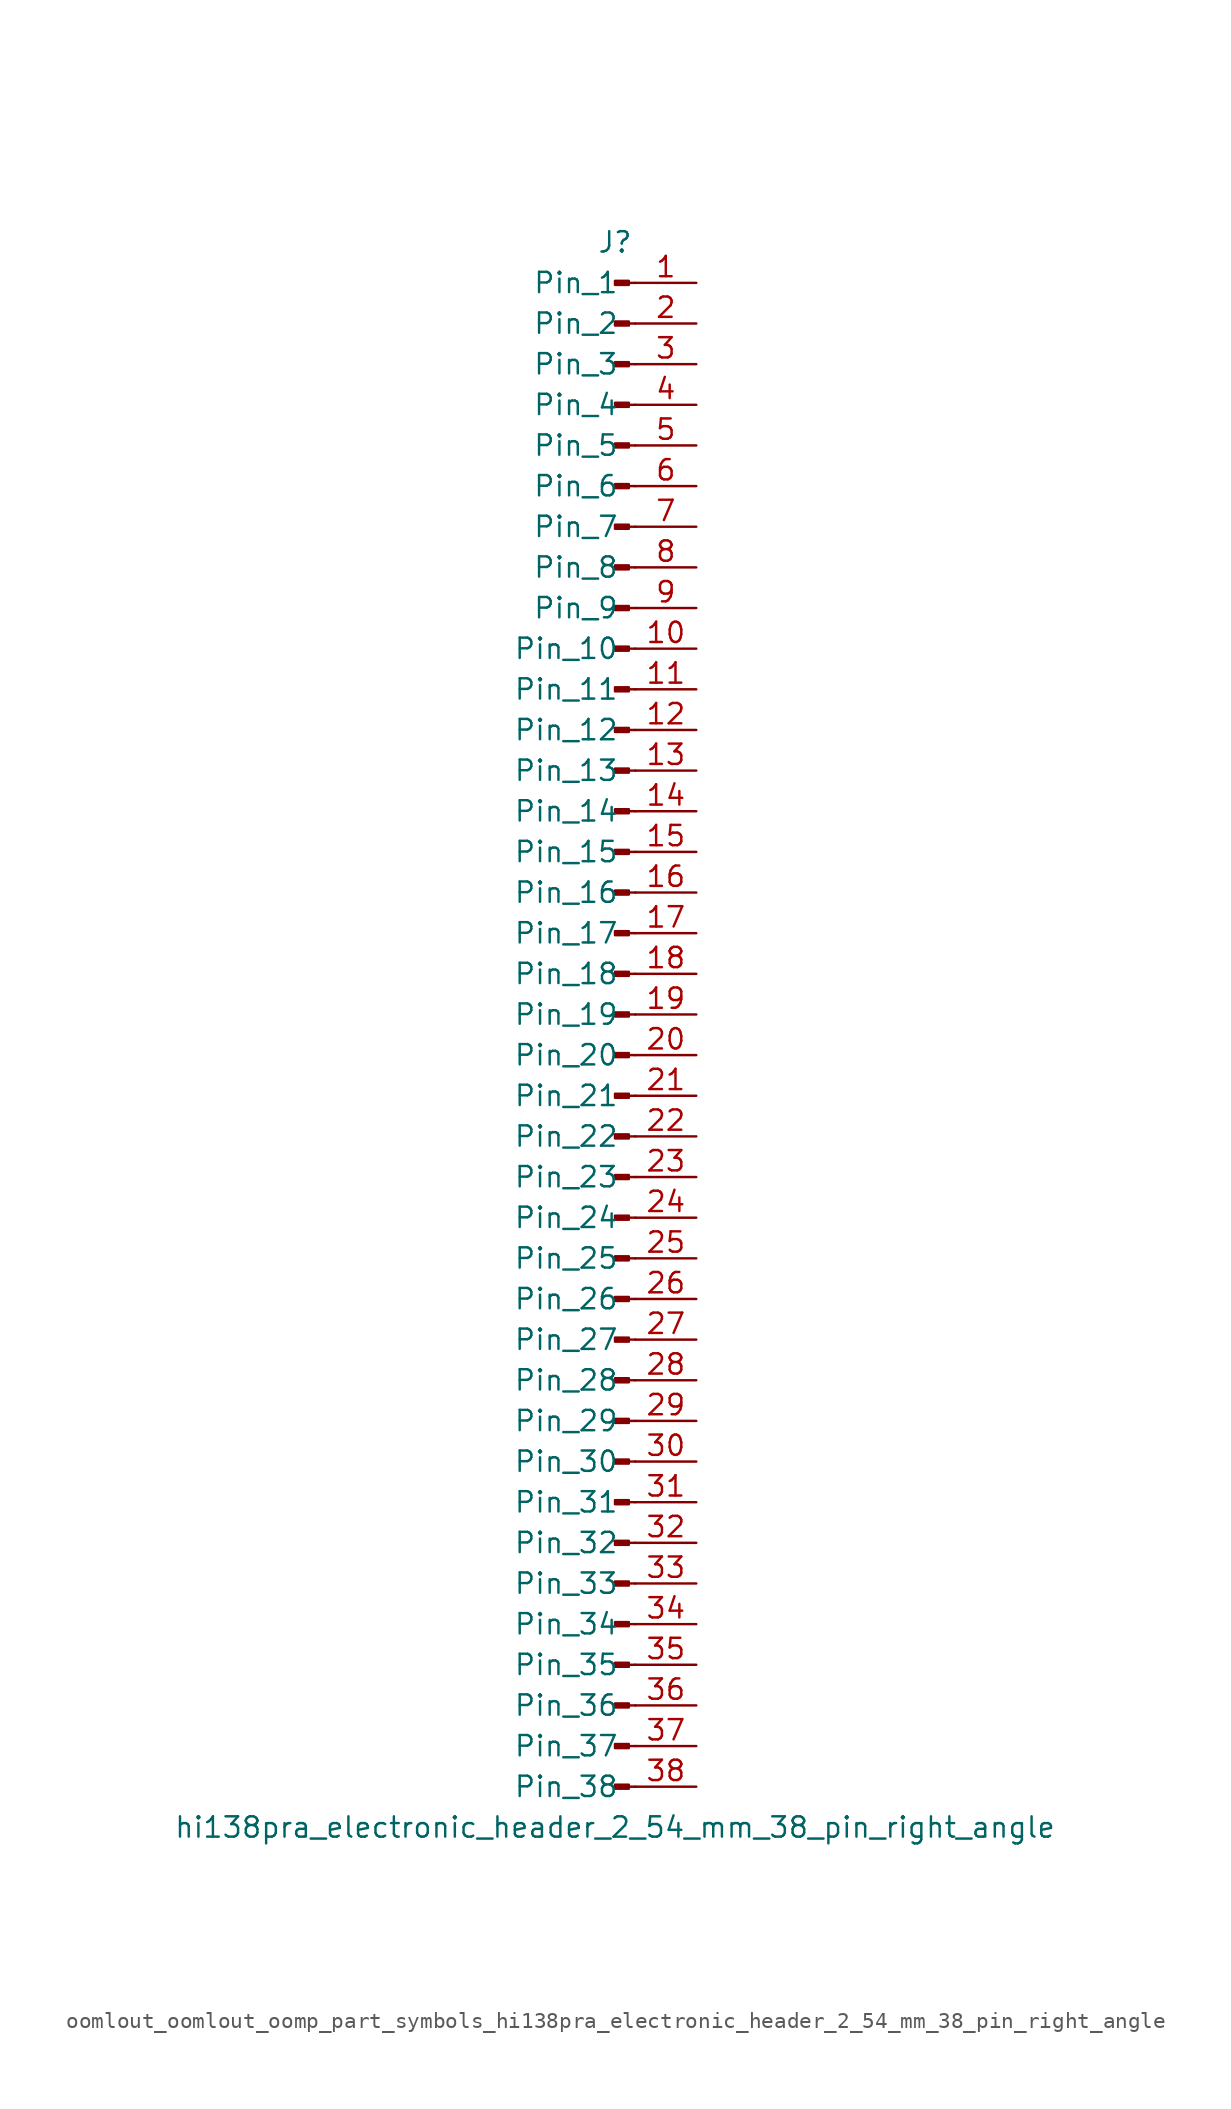
<source format=kicad_sym>
(kicad_symbol_lib
  (version 20220914)
  (generator kicad_symbol_editor)
  (symbol "oomlout_oomlout_oomp_part_symbols_hi138pra_electronic_header_2_54_mm_38_pin_right_angle"
    (pin_names
      (offset 1.016))
    (property "Reference" "J"
      (at 0 48.26 0)
      (effects (font (size 1.27 1.27))))
    (property "Value" "hi138pra_electronic_header_2_54_mm_38_pin_right_angle"
      (at 0 -50.8 0)
      (effects (font (size 1.27 1.27))))
    (property "ki_locked" ""
      (at 0 0 0)
      (effects (font (size 1.27 1.27))))
    (symbol "oomlout_oomlout_oomp_part_symbols_hi138pra_electronic_header_2_54_mm_38_pin_right_angle_1_1"
      (polyline (pts (xy 1.27 -48.26) (xy 0.864 -48.26)) (stroke (width 0.152) (type default)) (fill (type none)))
      (polyline (pts (xy 1.27 -45.72) (xy 0.864 -45.72)) (stroke (width 0.152) (type default)) (fill (type none)))
      (polyline (pts (xy 1.27 -43.18) (xy 0.864 -43.18)) (stroke (width 0.152) (type default)) (fill (type none)))
      (polyline (pts (xy 1.27 -40.64) (xy 0.864 -40.64)) (stroke (width 0.152) (type default)) (fill (type none)))
      (polyline (pts (xy 1.27 -38.1) (xy 0.864 -38.1)) (stroke (width 0.152) (type default)) (fill (type none)))
      (polyline (pts (xy 1.27 -35.56) (xy 0.864 -35.56)) (stroke (width 0.152) (type default)) (fill (type none)))
      (polyline (pts (xy 1.27 -33.02) (xy 0.864 -33.02)) (stroke (width 0.152) (type default)) (fill (type none)))
      (polyline (pts (xy 1.27 -30.48) (xy 0.864 -30.48)) (stroke (width 0.152) (type default)) (fill (type none)))
      (polyline (pts (xy 1.27 -27.94) (xy 0.864 -27.94)) (stroke (width 0.152) (type default)) (fill (type none)))
      (polyline (pts (xy 1.27 -25.4) (xy 0.864 -25.4)) (stroke (width 0.152) (type default)) (fill (type none)))
      (polyline (pts (xy 1.27 -22.86) (xy 0.864 -22.86)) (stroke (width 0.152) (type default)) (fill (type none)))
      (polyline (pts (xy 1.27 -20.32) (xy 0.864 -20.32)) (stroke (width 0.152) (type default)) (fill (type none)))
      (polyline (pts (xy 1.27 -17.78) (xy 0.864 -17.78)) (stroke (width 0.152) (type default)) (fill (type none)))
      (polyline (pts (xy 1.27 -15.24) (xy 0.864 -15.24)) (stroke (width 0.152) (type default)) (fill (type none)))
      (polyline (pts (xy 1.27 -12.7) (xy 0.864 -12.7)) (stroke (width 0.152) (type default)) (fill (type none)))
      (polyline (pts (xy 1.27 -10.16) (xy 0.864 -10.16)) (stroke (width 0.152) (type default)) (fill (type none)))
      (polyline (pts (xy 1.27 -7.62) (xy 0.864 -7.62)) (stroke (width 0.152) (type default)) (fill (type none)))
      (polyline (pts (xy 1.27 -5.08) (xy 0.864 -5.08)) (stroke (width 0.152) (type default)) (fill (type none)))
      (polyline (pts (xy 1.27 -2.54) (xy 0.864 -2.54)) (stroke (width 0.152) (type default)) (fill (type none)))
      (polyline (pts (xy 1.27 0) (xy 0.864 0)) (stroke (width 0.152) (type default)) (fill (type none)))
      (polyline (pts (xy 1.27 2.54) (xy 0.864 2.54)) (stroke (width 0.152) (type default)) (fill (type none)))
      (polyline (pts (xy 1.27 5.08) (xy 0.864 5.08)) (stroke (width 0.152) (type default)) (fill (type none)))
      (polyline (pts (xy 1.27 7.62) (xy 0.864 7.62)) (stroke (width 0.152) (type default)) (fill (type none)))
      (polyline (pts (xy 1.27 10.16) (xy 0.864 10.16)) (stroke (width 0.152) (type default)) (fill (type none)))
      (polyline (pts (xy 1.27 12.7) (xy 0.864 12.7)) (stroke (width 0.152) (type default)) (fill (type none)))
      (polyline (pts (xy 1.27 15.24) (xy 0.864 15.24)) (stroke (width 0.152) (type default)) (fill (type none)))
      (polyline (pts (xy 1.27 17.78) (xy 0.864 17.78)) (stroke (width 0.152) (type default)) (fill (type none)))
      (polyline (pts (xy 1.27 20.32) (xy 0.864 20.32)) (stroke (width 0.152) (type default)) (fill (type none)))
      (polyline (pts (xy 1.27 22.86) (xy 0.864 22.86)) (stroke (width 0.152) (type default)) (fill (type none)))
      (polyline (pts (xy 1.27 25.4) (xy 0.864 25.4)) (stroke (width 0.152) (type default)) (fill (type none)))
      (polyline (pts (xy 1.27 27.94) (xy 0.864 27.94)) (stroke (width 0.152) (type default)) (fill (type none)))
      (polyline (pts (xy 1.27 30.48) (xy 0.864 30.48)) (stroke (width 0.152) (type default)) (fill (type none)))
      (polyline (pts (xy 1.27 33.02) (xy 0.864 33.02)) (stroke (width 0.152) (type default)) (fill (type none)))
      (polyline (pts (xy 1.27 35.56) (xy 0.864 35.56)) (stroke (width 0.152) (type default)) (fill (type none)))
      (polyline (pts (xy 1.27 38.1) (xy 0.864 38.1)) (stroke (width 0.152) (type default)) (fill (type none)))
      (polyline (pts (xy 1.27 40.64) (xy 0.864 40.64)) (stroke (width 0.152) (type default)) (fill (type none)))
      (polyline (pts (xy 1.27 43.18) (xy 0.864 43.18)) (stroke (width 0.152) (type default)) (fill (type none)))
      (polyline (pts (xy 1.27 45.72) (xy 0.864 45.72)) (stroke (width 0.152) (type default)) (fill (type none)))
      (rectangle (start 0.864 -48.133) (end 0 -48.387) (stroke (width 0.152) (type default)) (fill (type outline)))
      (rectangle (start 0.864 -45.593) (end 0 -45.847) (stroke (width 0.152) (type default)) (fill (type outline)))
      (rectangle (start 0.864 -43.053) (end 0 -43.307) (stroke (width 0.152) (type default)) (fill (type outline)))
      (rectangle (start 0.864 -40.513) (end 0 -40.767) (stroke (width 0.152) (type default)) (fill (type outline)))
      (rectangle (start 0.864 -37.973) (end 0 -38.227) (stroke (width 0.152) (type default)) (fill (type outline)))
      (rectangle (start 0.864 -35.433) (end 0 -35.687) (stroke (width 0.152) (type default)) (fill (type outline)))
      (rectangle (start 0.864 -32.893) (end 0 -33.147) (stroke (width 0.152) (type default)) (fill (type outline)))
      (rectangle (start 0.864 -30.353) (end 0 -30.607) (stroke (width 0.152) (type default)) (fill (type outline)))
      (rectangle (start 0.864 -27.813) (end 0 -28.067) (stroke (width 0.152) (type default)) (fill (type outline)))
      (rectangle (start 0.864 -25.273) (end 0 -25.527) (stroke (width 0.152) (type default)) (fill (type outline)))
      (rectangle (start 0.864 -22.733) (end 0 -22.987) (stroke (width 0.152) (type default)) (fill (type outline)))
      (rectangle (start 0.864 -20.193) (end 0 -20.447) (stroke (width 0.152) (type default)) (fill (type outline)))
      (rectangle (start 0.864 -17.653) (end 0 -17.907) (stroke (width 0.152) (type default)) (fill (type outline)))
      (rectangle (start 0.864 -15.113) (end 0 -15.367) (stroke (width 0.152) (type default)) (fill (type outline)))
      (rectangle (start 0.864 -12.573) (end 0 -12.827) (stroke (width 0.152) (type default)) (fill (type outline)))
      (rectangle (start 0.864 -10.033) (end 0 -10.287) (stroke (width 0.152) (type default)) (fill (type outline)))
      (rectangle (start 0.864 -7.493) (end 0 -7.747) (stroke (width 0.152) (type default)) (fill (type outline)))
      (rectangle (start 0.864 -4.953) (end 0 -5.207) (stroke (width 0.152) (type default)) (fill (type outline)))
      (rectangle (start 0.864 -2.413) (end 0 -2.667) (stroke (width 0.152) (type default)) (fill (type outline)))
      (rectangle (start 0.864 0.127) (end 0 -0.127) (stroke (width 0.152) (type default)) (fill (type outline)))
      (rectangle (start 0.864 2.667) (end 0 2.413) (stroke (width 0.152) (type default)) (fill (type outline)))
      (rectangle (start 0.864 5.207) (end 0 4.953) (stroke (width 0.152) (type default)) (fill (type outline)))
      (rectangle (start 0.864 7.747) (end 0 7.493) (stroke (width 0.152) (type default)) (fill (type outline)))
      (rectangle (start 0.864 10.287) (end 0 10.033) (stroke (width 0.152) (type default)) (fill (type outline)))
      (rectangle (start 0.864 12.827) (end 0 12.573) (stroke (width 0.152) (type default)) (fill (type outline)))
      (rectangle (start 0.864 15.367) (end 0 15.113) (stroke (width 0.152) (type default)) (fill (type outline)))
      (rectangle (start 0.864 17.907) (end 0 17.653) (stroke (width 0.152) (type default)) (fill (type outline)))
      (rectangle (start 0.864 20.447) (end 0 20.193) (stroke (width 0.152) (type default)) (fill (type outline)))
      (rectangle (start 0.864 22.987) (end 0 22.733) (stroke (width 0.152) (type default)) (fill (type outline)))
      (rectangle (start 0.864 25.527) (end 0 25.273) (stroke (width 0.152) (type default)) (fill (type outline)))
      (rectangle (start 0.864 28.067) (end 0 27.813) (stroke (width 0.152) (type default)) (fill (type outline)))
      (rectangle (start 0.864 30.607) (end 0 30.353) (stroke (width 0.152) (type default)) (fill (type outline)))
      (rectangle (start 0.864 33.147) (end 0 32.893) (stroke (width 0.152) (type default)) (fill (type outline)))
      (rectangle (start 0.864 35.687) (end 0 35.433) (stroke (width 0.152) (type default)) (fill (type outline)))
      (rectangle (start 0.864 38.227) (end 0 37.973) (stroke (width 0.152) (type default)) (fill (type outline)))
      (rectangle (start 0.864 40.767) (end 0 40.513) (stroke (width 0.152) (type default)) (fill (type outline)))
      (rectangle (start 0.864 43.307) (end 0 43.053) (stroke (width 0.152) (type default)) (fill (type outline)))
      (rectangle (start 0.864 45.847) (end 0 45.593) (stroke (width 0.152) (type default)) (fill (type outline)))
      (pin passive line (at 5.08 45.72 180) (length 3.81) (name "Pin_1" (effects (font (size 1.27 1.27)))) (number "1" (effects (font (size 1.27 1.27)))))
      (pin passive line (at 5.08 22.86 180) (length 3.81) (name "Pin_10" (effects (font (size 1.27 1.27)))) (number "10" (effects (font (size 1.27 1.27)))))
      (pin passive line (at 5.08 20.32 180) (length 3.81) (name "Pin_11" (effects (font (size 1.27 1.27)))) (number "11" (effects (font (size 1.27 1.27)))))
      (pin passive line (at 5.08 17.78 180) (length 3.81) (name "Pin_12" (effects (font (size 1.27 1.27)))) (number "12" (effects (font (size 1.27 1.27)))))
      (pin passive line (at 5.08 15.24 180) (length 3.81) (name "Pin_13" (effects (font (size 1.27 1.27)))) (number "13" (effects (font (size 1.27 1.27)))))
      (pin passive line (at 5.08 12.7 180) (length 3.81) (name "Pin_14" (effects (font (size 1.27 1.27)))) (number "14" (effects (font (size 1.27 1.27)))))
      (pin passive line (at 5.08 10.16 180) (length 3.81) (name "Pin_15" (effects (font (size 1.27 1.27)))) (number "15" (effects (font (size 1.27 1.27)))))
      (pin passive line (at 5.08 7.62 180) (length 3.81) (name "Pin_16" (effects (font (size 1.27 1.27)))) (number "16" (effects (font (size 1.27 1.27)))))
      (pin passive line (at 5.08 5.08 180) (length 3.81) (name "Pin_17" (effects (font (size 1.27 1.27)))) (number "17" (effects (font (size 1.27 1.27)))))
      (pin passive line (at 5.08 2.54 180) (length 3.81) (name "Pin_18" (effects (font (size 1.27 1.27)))) (number "18" (effects (font (size 1.27 1.27)))))
      (pin passive line (at 5.08 0 180) (length 3.81) (name "Pin_19" (effects (font (size 1.27 1.27)))) (number "19" (effects (font (size 1.27 1.27)))))
      (pin passive line (at 5.08 43.18 180) (length 3.81) (name "Pin_2" (effects (font (size 1.27 1.27)))) (number "2" (effects (font (size 1.27 1.27)))))
      (pin passive line (at 5.08 -2.54 180) (length 3.81) (name "Pin_20" (effects (font (size 1.27 1.27)))) (number "20" (effects (font (size 1.27 1.27)))))
      (pin passive line (at 5.08 -5.08 180) (length 3.81) (name "Pin_21" (effects (font (size 1.27 1.27)))) (number "21" (effects (font (size 1.27 1.27)))))
      (pin passive line (at 5.08 -7.62 180) (length 3.81) (name "Pin_22" (effects (font (size 1.27 1.27)))) (number "22" (effects (font (size 1.27 1.27)))))
      (pin passive line (at 5.08 -10.16 180) (length 3.81) (name "Pin_23" (effects (font (size 1.27 1.27)))) (number "23" (effects (font (size 1.27 1.27)))))
      (pin passive line (at 5.08 -12.7 180) (length 3.81) (name "Pin_24" (effects (font (size 1.27 1.27)))) (number "24" (effects (font (size 1.27 1.27)))))
      (pin passive line (at 5.08 -15.24 180) (length 3.81) (name "Pin_25" (effects (font (size 1.27 1.27)))) (number "25" (effects (font (size 1.27 1.27)))))
      (pin passive line (at 5.08 -17.78 180) (length 3.81) (name "Pin_26" (effects (font (size 1.27 1.27)))) (number "26" (effects (font (size 1.27 1.27)))))
      (pin passive line (at 5.08 -20.32 180) (length 3.81) (name "Pin_27" (effects (font (size 1.27 1.27)))) (number "27" (effects (font (size 1.27 1.27)))))
      (pin passive line (at 5.08 -22.86 180) (length 3.81) (name "Pin_28" (effects (font (size 1.27 1.27)))) (number "28" (effects (font (size 1.27 1.27)))))
      (pin passive line (at 5.08 -25.4 180) (length 3.81) (name "Pin_29" (effects (font (size 1.27 1.27)))) (number "29" (effects (font (size 1.27 1.27)))))
      (pin passive line (at 5.08 40.64 180) (length 3.81) (name "Pin_3" (effects (font (size 1.27 1.27)))) (number "3" (effects (font (size 1.27 1.27)))))
      (pin passive line (at 5.08 -27.94 180) (length 3.81) (name "Pin_30" (effects (font (size 1.27 1.27)))) (number "30" (effects (font (size 1.27 1.27)))))
      (pin passive line (at 5.08 -30.48 180) (length 3.81) (name "Pin_31" (effects (font (size 1.27 1.27)))) (number "31" (effects (font (size 1.27 1.27)))))
      (pin passive line (at 5.08 -33.02 180) (length 3.81) (name "Pin_32" (effects (font (size 1.27 1.27)))) (number "32" (effects (font (size 1.27 1.27)))))
      (pin passive line (at 5.08 -35.56 180) (length 3.81) (name "Pin_33" (effects (font (size 1.27 1.27)))) (number "33" (effects (font (size 1.27 1.27)))))
      (pin passive line (at 5.08 -38.1 180) (length 3.81) (name "Pin_34" (effects (font (size 1.27 1.27)))) (number "34" (effects (font (size 1.27 1.27)))))
      (pin passive line (at 5.08 -40.64 180) (length 3.81) (name "Pin_35" (effects (font (size 1.27 1.27)))) (number "35" (effects (font (size 1.27 1.27)))))
      (pin passive line (at 5.08 -43.18 180) (length 3.81) (name "Pin_36" (effects (font (size 1.27 1.27)))) (number "36" (effects (font (size 1.27 1.27)))))
      (pin passive line (at 5.08 -45.72 180) (length 3.81) (name "Pin_37" (effects (font (size 1.27 1.27)))) (number "37" (effects (font (size 1.27 1.27)))))
      (pin passive line (at 5.08 -48.26 180) (length 3.81) (name "Pin_38" (effects (font (size 1.27 1.27)))) (number "38" (effects (font (size 1.27 1.27)))))
      (pin passive line (at 5.08 38.1 180) (length 3.81) (name "Pin_4" (effects (font (size 1.27 1.27)))) (number "4" (effects (font (size 1.27 1.27)))))
      (pin passive line (at 5.08 35.56 180) (length 3.81) (name "Pin_5" (effects (font (size 1.27 1.27)))) (number "5" (effects (font (size 1.27 1.27)))))
      (pin passive line (at 5.08 33.02 180) (length 3.81) (name "Pin_6" (effects (font (size 1.27 1.27)))) (number "6" (effects (font (size 1.27 1.27)))))
      (pin passive line (at 5.08 30.48 180) (length 3.81) (name "Pin_7" (effects (font (size 1.27 1.27)))) (number "7" (effects (font (size 1.27 1.27)))))
      (pin passive line (at 5.08 27.94 180) (length 3.81) (name "Pin_8" (effects (font (size 1.27 1.27)))) (number "8" (effects (font (size 1.27 1.27)))))
      (pin passive line (at 5.08 25.4 180) (length 3.81) (name "Pin_9" (effects (font (size 1.27 1.27)))) (number "9" (effects (font (size 1.27 1.27))))))))
</source>
